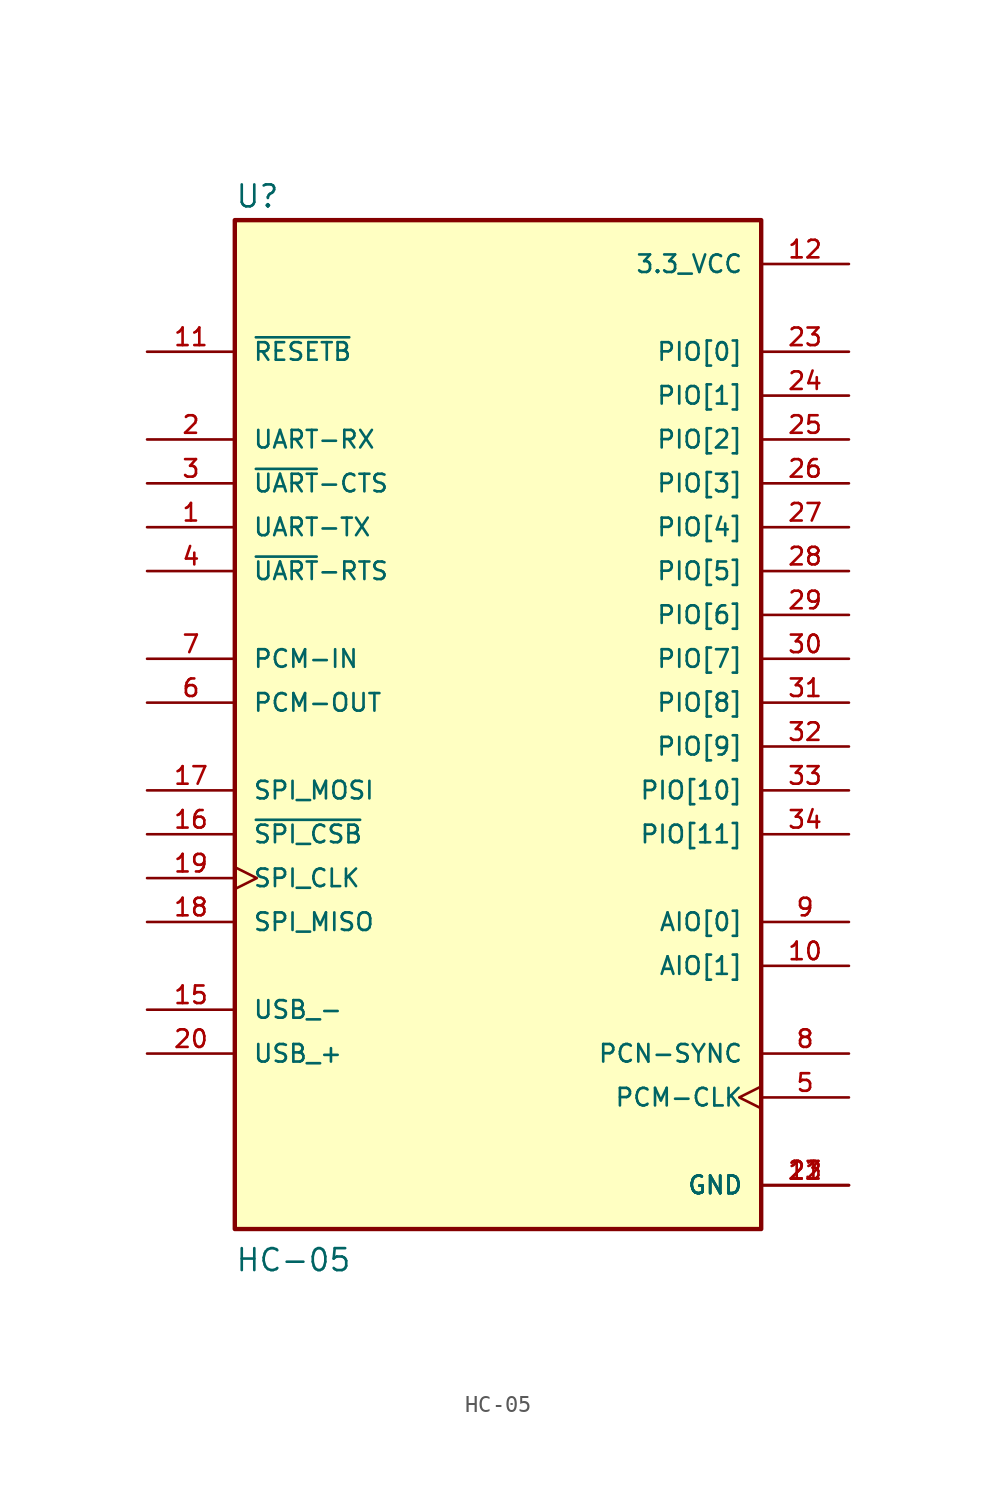
<source format=kicad_sym>
(kicad_symbol_lib
  (version 20211014)
  (generator kicad_symbol_editor)
  (symbol "HC-05"
    (pin_names
      (offset 1.016))
    (property "Reference" "U"
      (at -15.24 31.115 0)
      (effects (font (size 1.27 1.27)) (justify bottom left)))
    (property "Value" "HC-05"
      (at -15.24 -30.48 0)
      (effects (font (size 1.27 1.27)) (justify bottom left)))
    (symbol "HC-05_0_0"
      (rectangle (start -15.24 -27.94) (end 15.24 30.48) (stroke (width 0.254)) (fill (type background)))
      (pin output line (at -20.32 12.7 0) (length 5.08) (name "UART-TX" (effects (font (size 1.016 1.016)))) (number "1" (effects (font (size 1.016 1.016)))))
      (pin input line (at -20.32 17.78 0) (length 5.08) (name "UART-RX" (effects (font (size 1.016 1.016)))) (number "2" (effects (font (size 1.016 1.016)))))
      (pin input line (at -20.32 15.24 0) (length 5.08) (name "~{UART}-CTS" (effects (font (size 1.016 1.016)))) (number "3" (effects (font (size 1.016 1.016)))))
      (pin output line (at -20.32 10.16 0) (length 5.08) (name "~{UART}-RTS" (effects (font (size 1.016 1.016)))) (number "4" (effects (font (size 1.016 1.016)))))
      (pin bidirectional clock (at 20.32 -20.32 180.0) (length 5.08) (name "PCM-CLK" (effects (font (size 1.016 1.016)))) (number "5" (effects (font (size 1.016 1.016)))))
      (pin output line (at -20.32 2.54 0) (length 5.08) (name "PCM-OUT" (effects (font (size 1.016 1.016)))) (number "6" (effects (font (size 1.016 1.016)))))
      (pin input line (at -20.32 5.08 0) (length 5.08) (name "PCM-IN" (effects (font (size 1.016 1.016)))) (number "7" (effects (font (size 1.016 1.016)))))
      (pin bidirectional line (at 20.32 -17.78 180.0) (length 5.08) (name "PCN-SYNC" (effects (font (size 1.016 1.016)))) (number "8" (effects (font (size 1.016 1.016)))))
      (pin bidirectional line (at 20.32 -10.16 180.0) (length 5.08) (name "AIO[0]" (effects (font (size 1.016 1.016)))) (number "9" (effects (font (size 1.016 1.016)))))
      (pin bidirectional line (at 20.32 -12.7 180.0) (length 5.08) (name "AIO[1]" (effects (font (size 1.016 1.016)))) (number "10" (effects (font (size 1.016 1.016)))))
      (pin input line (at -20.32 22.86 0) (length 5.08) (name "~{RESETB}" (effects (font (size 1.016 1.016)))) (number "11" (effects (font (size 1.016 1.016)))))
      (pin power_in line (at 20.32 27.94 180.0) (length 5.08) (name "3.3_VCC" (effects (font (size 1.016 1.016)))) (number "12" (effects (font (size 1.016 1.016)))))
      (pin power_in line (at 20.32 -25.4 180.0) (length 5.08) (name "GND" (effects (font (size 1.016 1.016)))) (number "13" (effects (font (size 1.016 1.016)))))
      (pin power_in line (at 20.32 -25.4 180.0) (length 5.08) (name "GND" (effects (font (size 1.016 1.016)))) (number "21" (effects (font (size 1.016 1.016)))))
      (pin power_in line (at 20.32 -25.4 180.0) (length 5.08) (name "GND" (effects (font (size 1.016 1.016)))) (number "22" (effects (font (size 1.016 1.016)))))
      (pin bidirectional line (at -20.32 -15.24 0) (length 5.08) (name "USB_-" (effects (font (size 1.016 1.016)))) (number "15" (effects (font (size 1.016 1.016)))))
      (pin input line (at -20.32 -5.08 0) (length 5.08) (name "~{SPI_CSB}" (effects (font (size 1.016 1.016)))) (number "16" (effects (font (size 1.016 1.016)))))
      (pin input line (at -20.32 -2.54 0) (length 5.08) (name "SPI_MOSI" (effects (font (size 1.016 1.016)))) (number "17" (effects (font (size 1.016 1.016)))))
      (pin output line (at -20.32 -10.16 0) (length 5.08) (name "SPI_MISO" (effects (font (size 1.016 1.016)))) (number "18" (effects (font (size 1.016 1.016)))))
      (pin input clock (at -20.32 -7.62 0) (length 5.08) (name "SPI_CLK" (effects (font (size 1.016 1.016)))) (number "19" (effects (font (size 1.016 1.016)))))
      (pin bidirectional line (at -20.32 -17.78 0) (length 5.08) (name "USB_+" (effects (font (size 1.016 1.016)))) (number "20" (effects (font (size 1.016 1.016)))))
      (pin bidirectional line (at 20.32 22.86 180.0) (length 5.08) (name "PIO[0]" (effects (font (size 1.016 1.016)))) (number "23" (effects (font (size 1.016 1.016)))))
      (pin bidirectional line (at 20.32 20.32 180.0) (length 5.08) (name "PIO[1]" (effects (font (size 1.016 1.016)))) (number "24" (effects (font (size 1.016 1.016)))))
      (pin bidirectional line (at 20.32 17.78 180.0) (length 5.08) (name "PIO[2]" (effects (font (size 1.016 1.016)))) (number "25" (effects (font (size 1.016 1.016)))))
      (pin bidirectional line (at 20.32 15.24 180.0) (length 5.08) (name "PIO[3]" (effects (font (size 1.016 1.016)))) (number "26" (effects (font (size 1.016 1.016)))))
      (pin bidirectional line (at 20.32 12.7 180.0) (length 5.08) (name "PIO[4]" (effects (font (size 1.016 1.016)))) (number "27" (effects (font (size 1.016 1.016)))))
      (pin bidirectional line (at 20.32 10.16 180.0) (length 5.08) (name "PIO[5]" (effects (font (size 1.016 1.016)))) (number "28" (effects (font (size 1.016 1.016)))))
      (pin bidirectional line (at 20.32 7.62 180.0) (length 5.08) (name "PIO[6]" (effects (font (size 1.016 1.016)))) (number "29" (effects (font (size 1.016 1.016)))))
      (pin bidirectional line (at 20.32 5.08 180.0) (length 5.08) (name "PIO[7]" (effects (font (size 1.016 1.016)))) (number "30" (effects (font (size 1.016 1.016)))))
      (pin bidirectional line (at 20.32 2.54 180.0) (length 5.08) (name "PIO[8]" (effects (font (size 1.016 1.016)))) (number "31" (effects (font (size 1.016 1.016)))))
      (pin bidirectional line (at 20.32 0.0 180.0) (length 5.08) (name "PIO[9]" (effects (font (size 1.016 1.016)))) (number "32" (effects (font (size 1.016 1.016)))))
      (pin bidirectional line (at 20.32 -2.54 180.0) (length 5.08) (name "PIO[10]" (effects (font (size 1.016 1.016)))) (number "33" (effects (font (size 1.016 1.016)))))
      (pin bidirectional line (at 20.32 -5.08 180.0) (length 5.08) (name "PIO[11]" (effects (font (size 1.016 1.016)))) (number "34" (effects (font (size 1.016 1.016))))))))
</source>
